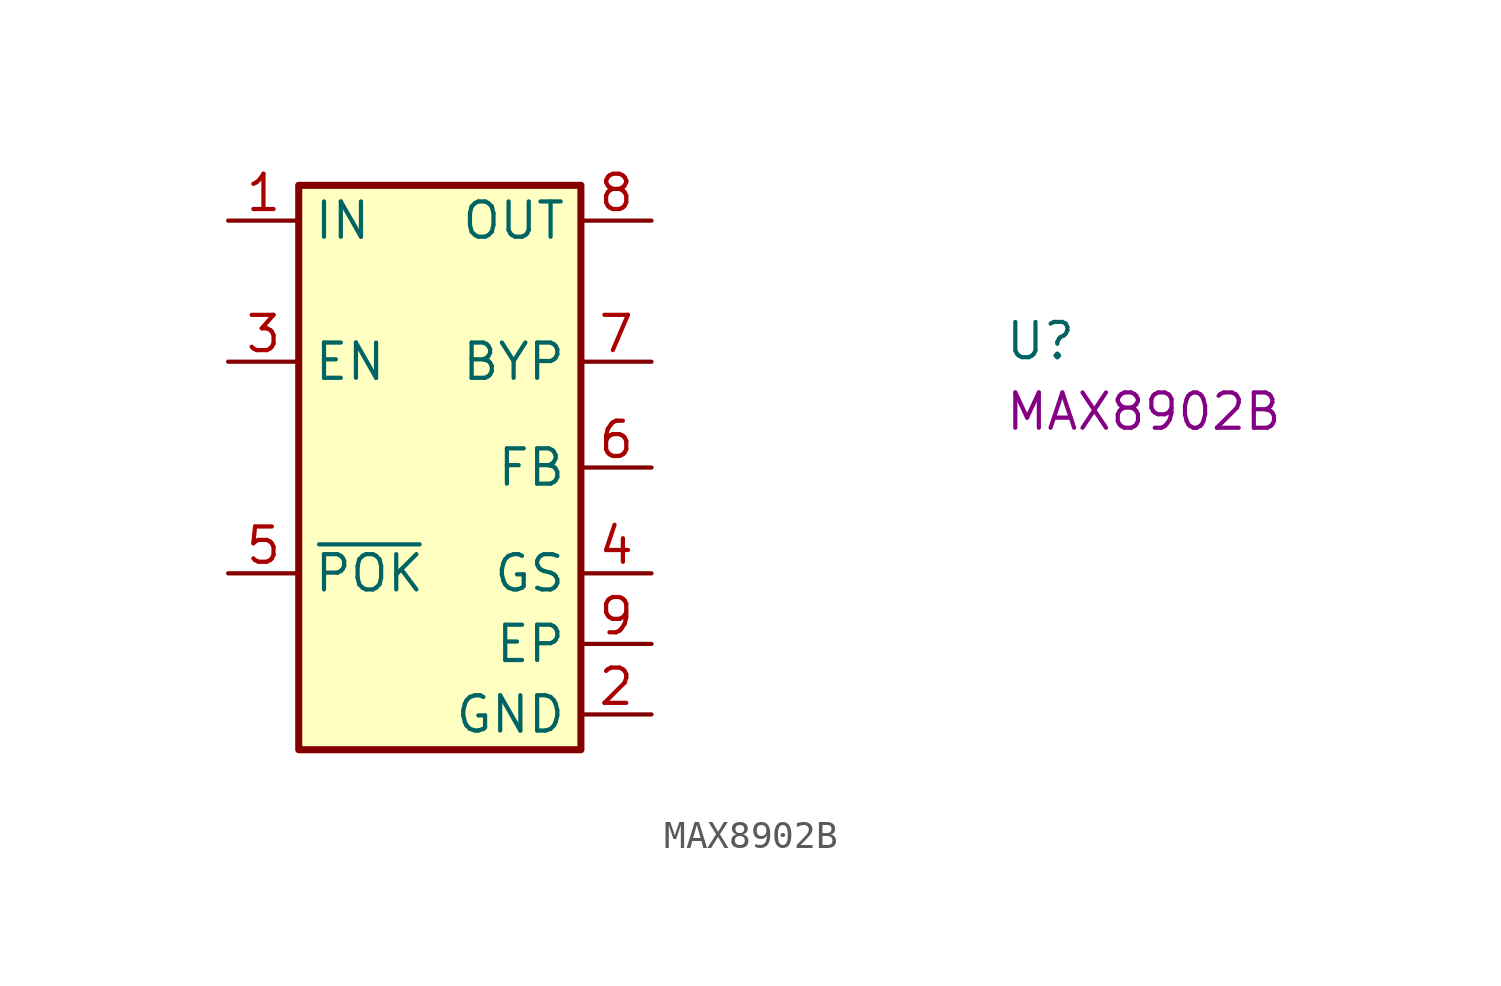
<source format=kicad_sym>
(kicad_symbol_lib
  (version 20220914)
  (generator kicad_symbol_editor)
  (symbol "MAX8902B"
    (property "Reference" "U"
      (at 27.94 -5.08 0)
      (effects (font (size 1.27 1.27) (thickness 0.15)) (justify left bottom)))
    (property "MPN" "MAX8902B"
      (at 27.94 -7.62 0)
      (effects (font (size 1.27 1.27) (thickness 0.15)) (justify left bottom)))
    (symbol "MAX8902B_1_1"
      (rectangle (start 2.54 1.27) (end 12.7 -19.05) (stroke (width 0.254) (type default)) (fill (type background)))
      (pin input line (at 0 0 0) (length 2.54) (name "IN" (effects (font (size 1.27 1.27)))) (number "1" (effects (font (size 1.27 1.27)))))
      (pin power_in line (at 15.24 -17.78 180) (length 2.54) (name "GND" (effects (font (size 1.27 1.27)))) (number "2" (effects (font (size 1.27 1.27)))))
      (pin input line (at 0 -5.08 0) (length 2.54) (name "EN" (effects (font (size 1.27 1.27)))) (number "3" (effects (font (size 1.27 1.27)))))
      (pin input line (at 15.24 -12.7 180) (length 2.54) (name "GS" (effects (font (size 1.27 1.27)))) (number "4" (effects (font (size 1.27 1.27)))))
      (pin output line (at 0 -12.7 0) (length 2.54) (name "~{POK}" (effects (font (size 1.27 1.27)))) (number "5" (effects (font (size 1.27 1.27)))))
      (pin input line (at 15.24 -8.89 180) (length 2.54) (name "FB" (effects (font (size 1.27 1.27)))) (number "6" (effects (font (size 1.27 1.27)))))
      (pin input line (at 15.24 -5.08 180) (length 2.54) (name "BYP" (effects (font (size 1.27 1.27)))) (number "7" (effects (font (size 1.27 1.27)))))
      (pin output line (at 15.24 0 180) (length 2.54) (name "OUT" (effects (font (size 1.27 1.27)))) (number "8" (effects (font (size 1.27 1.27)))))
      (pin passive line (at 15.24 -15.24 180) (length 2.54) (name "EP" (effects (font (size 1.27 1.27)))) (number "9" (effects (font (size 1.27 1.27))))))))
</source>
